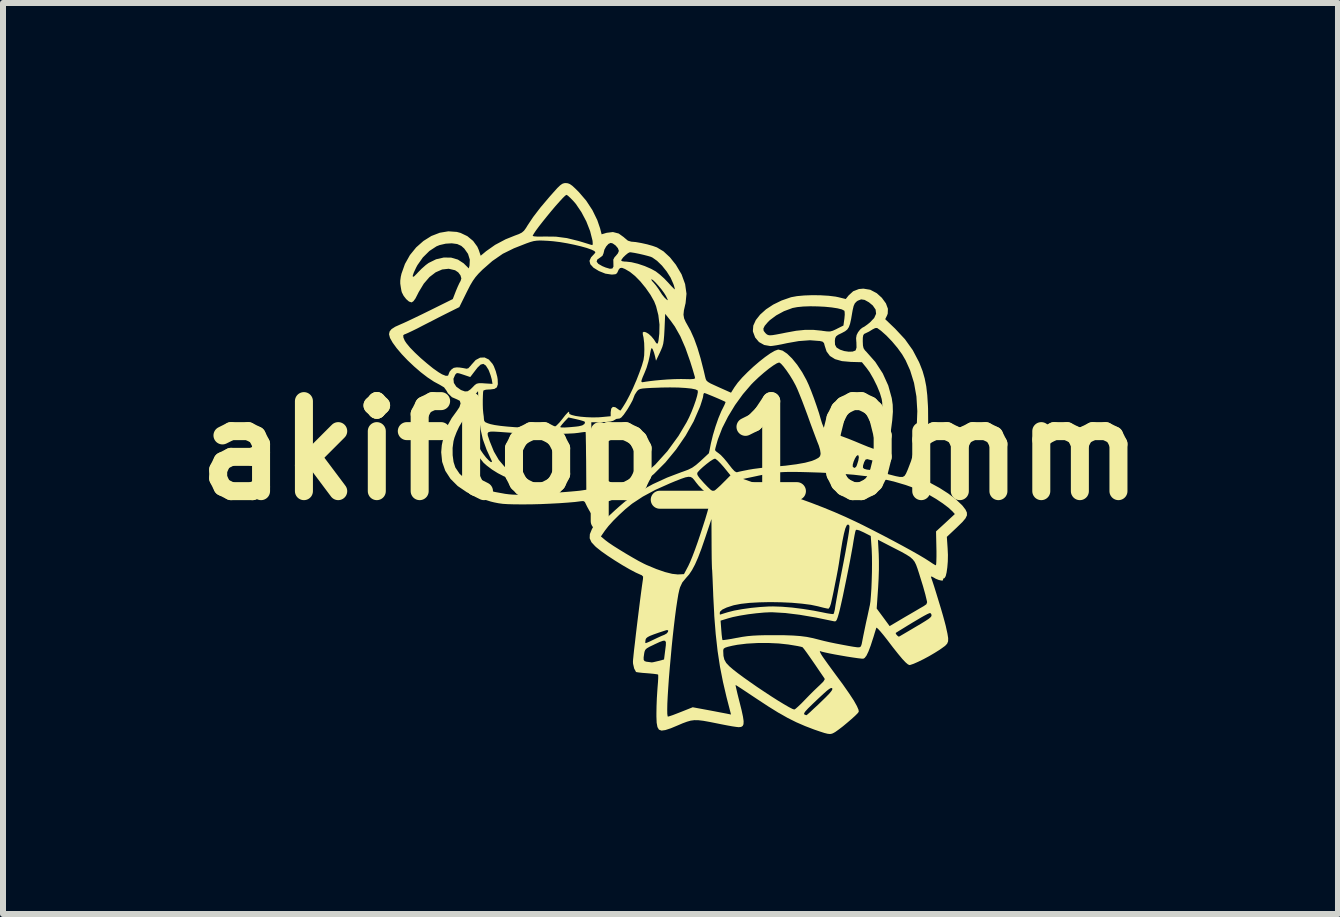
<source format=kicad_pcb>
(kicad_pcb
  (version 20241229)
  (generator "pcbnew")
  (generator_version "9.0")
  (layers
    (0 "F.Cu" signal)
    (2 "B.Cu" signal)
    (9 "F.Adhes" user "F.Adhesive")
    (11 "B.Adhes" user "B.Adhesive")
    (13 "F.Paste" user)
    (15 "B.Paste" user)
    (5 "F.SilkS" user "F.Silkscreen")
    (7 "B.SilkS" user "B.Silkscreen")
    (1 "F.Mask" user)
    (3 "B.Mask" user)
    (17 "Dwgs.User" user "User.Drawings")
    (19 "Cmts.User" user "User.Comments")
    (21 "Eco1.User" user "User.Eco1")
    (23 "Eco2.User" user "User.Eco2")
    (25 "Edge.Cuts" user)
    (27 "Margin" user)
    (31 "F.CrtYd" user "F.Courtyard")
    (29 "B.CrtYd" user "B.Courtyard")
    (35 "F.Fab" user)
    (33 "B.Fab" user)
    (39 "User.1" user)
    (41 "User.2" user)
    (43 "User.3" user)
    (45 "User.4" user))
  (footprint "akiflop_10mm"
    (layer "F.Cu")
    (at 8.121 4.455)
    (property "Reference" "akiflop_10mm" (at 0 0 0) (layer "F.SilkS") (effects (font (size 1.5 1.5) (thickness 0.3))))
    (attr board_only exclude_from_pos_files exclude_from_bom)
    (fp_poly (pts (xy -1.709 -4.451) (xy -1.676 -4.438) (xy -1.636 -4.41) (xy -1.584 -4.362) (xy -1.524 -4.302) (xy -1.404 -4.162) (xy -1.3 -4.003) (xy -1.219 -3.837) (xy -1.172 -3.699) (xy -1.147 -3.601) (xy -1.063 -3.626) (xy -0.959 -3.639) (xy -0.862 -3.614) (xy -0.776 -3.552) (xy -0.768 -3.544) (xy -0.709 -3.495) (xy -0.652 -3.478) (xy -0.647 -3.478) (xy -0.578 -3.472) (xy -0.487 -3.456) (xy -0.388 -3.434) (xy -0.296 -3.408) (xy -0.226 -3.383) (xy -0.116 -3.317) (xy -0.009 -3.218) (xy 0.09 -3.094) (xy 0.185 -2.934) (xy 0.244 -2.772) (xy 0.267 -2.611) (xy 0.252 -2.454) (xy 0.246 -2.43) (xy 0.224 -2.333) (xy 0.217 -2.261) (xy 0.227 -2.201) (xy 0.254 -2.14) (xy 0.27 -2.112) (xy 0.335 -1.995) (xy 0.394 -1.863) (xy 0.449 -1.711) (xy 0.502 -1.534) (xy 0.555 -1.326) (xy 0.579 -1.223) (xy 0.588 -1.189) (xy 0.601 -1.163) (xy 0.626 -1.141) (xy 0.668 -1.116) (xy 0.735 -1.085) (xy 0.803 -1.054) (xy 1.009 -0.962) (xy 1.066 -1.053) (xy 1.121 -1.129) (xy 1.195 -1.214) (xy 1.284 -1.304) (xy 1.38 -1.394) (xy 1.479 -1.479) (xy 1.575 -1.555) (xy 1.663 -1.617) (xy 1.737 -1.66) (xy 1.792 -1.68) (xy 1.801 -1.68) (xy 1.868 -1.663) (xy 1.944 -1.612) (xy 2.026 -1.532) (xy 2.111 -1.428) (xy 2.195 -1.302) (xy 2.266 -1.173) (xy 2.303 -1.093) (xy 2.346 -0.987) (xy 2.392 -0.865) (xy 2.436 -0.739) (xy 2.476 -0.619) (xy 2.502 -0.528) (xy 2.525 -0.453) (xy 2.55 -0.39) (xy 2.572 -0.351) (xy 2.576 -0.347) (xy 2.609 -0.328) (xy 2.668 -0.303) (xy 2.743 -0.275) (xy 2.774 -0.264) (xy 2.86 -0.234) (xy 2.967 -0.194) (xy 3.081 -0.148) (xy 3.181 -0.106) (xy 3.294 -0.06) (xy 3.373 -0.031) (xy 3.418 -0.022) (xy 3.43 -0.026) (xy 3.463 -0.137) (xy 3.49 -0.269) (xy 3.512 -0.412) (xy 3.526 -0.555) (xy 3.531 -0.687) (xy 3.528 -0.8) (xy 3.519 -0.858) (xy 3.489 -0.958) (xy 3.441 -1.075) (xy 3.382 -1.194) (xy 3.319 -1.303) (xy 3.267 -1.375) (xy 3.19 -1.47) (xy 3.006 -1.475) (xy 2.858 -1.488) (xy 2.742 -1.521) (xy 2.657 -1.574) (xy 2.601 -1.649) (xy 2.571 -1.741) (xy 2.558 -1.789) (xy 2.533 -1.813) (xy 2.486 -1.824) (xy 2.467 -1.825) (xy 2.739 -1.825) (xy 2.742 -1.762) (xy 2.764 -1.72) (xy 2.773 -1.711) (xy 2.826 -1.679) (xy 2.895 -1.656) (xy 2.969 -1.645) (xy 3.035 -1.647) (xy 3.08 -1.664) (xy 3.086 -1.67) (xy 3.1 -1.714) (xy 3.098 -1.793) (xy 3.098 -1.801) (xy 3.096 -1.819) (xy 3.204 -1.819) (xy 3.207 -1.749) (xy 3.217 -1.704) (xy 3.24 -1.668) (xy 3.261 -1.647) (xy 3.413 -1.475) (xy 3.537 -1.284) (xy 3.629 -1.081) (xy 3.687 -0.872) (xy 3.703 -0.762) (xy 3.706 -0.644) (xy 3.695 -0.5) (xy 3.674 -0.339) (xy 3.644 -0.172) (xy 3.606 -0.009) (xy 3.561 0.141) (xy 3.537 0.21) (xy 3.515 0.271) (xy 3.501 0.32) (xy 3.497 0.338) (xy 3.516 0.356) (xy 3.567 0.378) (xy 3.646 0.401) (xy 3.659 0.404) (xy 3.756 0.429) (xy 3.824 0.442) (xy 3.869 0.442) (xy 3.9 0.424) (xy 3.924 0.387) (xy 3.95 0.328) (xy 3.962 0.298) (xy 4.008 0.178) (xy 4.042 0.062) (xy 4.068 -0.062) (xy 4.087 -0.202) (xy 4.102 -0.37) (xy 4.103 -0.384) (xy 4.113 -0.655) (xy 4.098 -0.9) (xy 4.058 -1.125) (xy 3.993 -1.335) (xy 3.918 -1.502) (xy 3.86 -1.601) (xy 3.782 -1.709) (xy 3.692 -1.816) (xy 3.598 -1.914) (xy 3.508 -1.994) (xy 3.444 -2.04) (xy 3.412 -2.039) (xy 3.368 -2.017) (xy 3.363 -2.014) (xy 3.308 -1.98) (xy 3.256 -1.955) (xy 3.227 -1.941) (xy 3.212 -1.919) (xy 3.205 -1.878) (xy 3.204 -1.819) (xy 3.096 -1.819) (xy 3.093 -1.872) (xy 3.102 -1.923) (xy 3.125 -1.969) (xy 3.16 -2.014) (xy 3.194 -2.043) (xy 3.2 -2.046) (xy 3.233 -2.064) (xy 3.283 -2.1) (xy 3.324 -2.133) (xy 3.394 -2.206) (xy 3.426 -2.277) (xy 3.418 -2.347) (xy 3.371 -2.415) (xy 3.307 -2.468) (xy 3.235 -2.508) (xy 3.177 -2.517) (xy 3.121 -2.495) (xy 3.101 -2.481) (xy 3.072 -2.451) (xy 3.052 -2.407) (xy 3.036 -2.339) (xy 3.029 -2.301) (xy 3.01 -2.189) (xy 2.992 -2.109) (xy 2.972 -2.054) (xy 2.946 -2.015) (xy 2.91 -1.986) (xy 2.86 -1.959) (xy 2.854 -1.956) (xy 2.793 -1.926) (xy 2.76 -1.901) (xy 2.745 -1.871) (xy 2.739 -1.827) (xy 2.739 -1.825) (xy 2.467 -1.825) (xy 2.324 -1.836) (xy 2.137 -1.822) (xy 1.944 -1.788) (xy 1.851 -1.768) (xy 1.765 -1.752) (xy 1.698 -1.742) (xy 1.665 -1.739) (xy 1.562 -1.757) (xy 1.475 -1.806) (xy 1.411 -1.882) (xy 1.375 -1.978) (xy 1.373 -1.99) (xy 1.376 -2.03) (xy 1.548 -2.03) (xy 1.553 -1.992) (xy 1.583 -1.954) (xy 1.604 -1.935) (xy 1.626 -1.923) (xy 1.656 -1.918) (xy 1.701 -1.921) (xy 1.767 -1.932) (xy 1.861 -1.95) (xy 1.925 -1.963) (xy 2.095 -1.994) (xy 2.243 -2.009) (xy 2.38 -2.009) (xy 2.521 -1.995) (xy 2.536 -1.992) (xy 2.609 -1.983) (xy 2.659 -1.982) (xy 2.704 -1.994) (xy 2.761 -2.02) (xy 2.774 -2.027) (xy 2.882 -2.081) (xy 2.898 -2.196) (xy 2.904 -2.262) (xy 2.902 -2.31) (xy 2.897 -2.328) (xy 2.855 -2.35) (xy 2.782 -2.368) (xy 2.685 -2.383) (xy 2.572 -2.394) (xy 2.451 -2.4) (xy 2.329 -2.402) (xy 2.213 -2.398) (xy 2.112 -2.388) (xy 2.033 -2.373) (xy 2.031 -2.372) (xy 1.891 -2.32) (xy 1.762 -2.25) (xy 1.655 -2.17) (xy 1.622 -2.137) (xy 1.57 -2.076) (xy 1.548 -2.03) (xy 1.376 -2.03) (xy 1.38 -2.08) (xy 1.422 -2.172) (xy 1.494 -2.263) (xy 1.592 -2.351) (xy 1.712 -2.43) (xy 1.851 -2.498) (xy 2.004 -2.551) (xy 2.015 -2.554) (xy 2.108 -2.571) (xy 2.228 -2.582) (xy 2.364 -2.587) (xy 2.504 -2.585) (xy 2.636 -2.577) (xy 2.75 -2.563) (xy 2.794 -2.554) (xy 2.921 -2.523) (xy 2.967 -2.581) (xy 3.044 -2.652) (xy 3.139 -2.689) (xy 3.214 -2.696) (xy 3.329 -2.677) (xy 3.437 -2.62) (xy 3.522 -2.543) (xy 3.59 -2.45) (xy 3.623 -2.361) (xy 3.62 -2.279) (xy 3.608 -2.248) (xy 3.578 -2.187) (xy 3.744 -2.028) (xy 3.907 -1.853) (xy 4.037 -1.671) (xy 4.14 -1.475) (xy 4.153 -1.445) (xy 4.201 -1.322) (xy 4.236 -1.199) (xy 4.262 -1.068) (xy 4.279 -0.919) (xy 4.29 -0.743) (xy 4.292 -0.694) (xy 4.294 -0.424) (xy 4.278 -0.186) (xy 4.243 0.023) (xy 4.19 0.205) (xy 4.141 0.318) (xy 4.084 0.432) (xy 4.157 0.462) (xy 4.322 0.537) (xy 4.482 0.624) (xy 4.629 0.718) (xy 4.756 0.815) (xy 4.854 0.908) (xy 4.871 0.927) (xy 4.916 0.986) (xy 4.939 1.035) (xy 4.94 1.081) (xy 4.916 1.131) (xy 4.866 1.191) (xy 4.787 1.268) (xy 4.774 1.281) (xy 4.605 1.44) (xy 4.618 1.632) (xy 4.623 1.741) (xy 4.621 1.848) (xy 4.613 1.948) (xy 4.601 2.032) (xy 4.586 2.094) (xy 4.567 2.126) (xy 4.559 2.13) (xy 4.54 2.14) (xy 4.543 2.149) (xy 4.541 2.166) (xy 4.514 2.168) (xy 4.47 2.158) (xy 4.42 2.138) (xy 4.4 2.126) (xy 4.356 2.102) (xy 4.34 2.103) (xy 4.341 2.111) (xy 4.364 2.177) (xy 4.395 2.271) (xy 4.43 2.384) (xy 4.468 2.508) (xy 4.506 2.633) (xy 4.54 2.75) (xy 4.568 2.852) (xy 4.588 2.928) (xy 4.592 2.948) (xy 4.615 3.052) (xy 4.627 3.127) (xy 4.626 3.18) (xy 4.61 3.22) (xy 4.576 3.256) (xy 4.521 3.296) (xy 4.484 3.322) (xy 4.401 3.374) (xy 4.309 3.428) (xy 4.214 3.479) (xy 4.126 3.522) (xy 4.051 3.555) (xy 3.998 3.573) (xy 3.983 3.576) (xy 3.957 3.565) (xy 3.918 3.532) (xy 3.864 3.475) (xy 3.794 3.391) (xy 3.705 3.279) (xy 3.606 3.149) (xy 3.546 3.073) (xy 3.519 3.041) (xy 3.753 3.041) (xy 3.757 3.058) (xy 3.777 3.083) (xy 3.8 3.101) (xy 3.808 3.102) (xy 3.828 3.091) (xy 3.876 3.063) (xy 3.944 3.023) (xy 4.027 2.974) (xy 4.064 2.952) (xy 4.171 2.889) (xy 4.249 2.841) (xy 4.301 2.807) (xy 4.332 2.781) (xy 4.347 2.762) (xy 4.35 2.745) (xy 4.346 2.729) (xy 4.335 2.712) (xy 4.316 2.711) (xy 4.279 2.727) (xy 4.223 2.757) (xy 4.175 2.784) (xy 4.108 2.824) (xy 4.03 2.87) (xy 3.948 2.92) (xy 3.872 2.967) (xy 3.808 3.006) (xy 3.765 3.033) (xy 3.753 3.041) (xy 3.519 3.041) (xy 3.494 3.011) (xy 3.455 2.969) (xy 3.433 2.953) (xy 3.43 2.954) (xy 3.421 2.984) (xy 3.403 3.041) (xy 3.382 3.111) (xy 3.38 3.116) (xy 3.336 3.252) (xy 3.298 3.352) (xy 3.265 3.42) (xy 3.235 3.458) (xy 3.215 3.469) (xy 3.185 3.469) (xy 3.124 3.462) (xy 3.04 3.45) (xy 2.943 3.435) (xy 2.839 3.417) (xy 2.737 3.399) (xy 2.645 3.381) (xy 2.571 3.365) (xy 2.522 3.353) (xy 2.514 3.35) (xy 2.491 3.343) (xy 2.489 3.354) (xy 2.508 3.392) (xy 2.508 3.392) (xy 2.529 3.426) (xy 2.57 3.485) (xy 2.625 3.562) (xy 2.69 3.651) (xy 2.742 3.722) (xy 2.872 3.898) (xy 2.976 4.047) (xy 3.055 4.167) (xy 3.107 4.26) (xy 3.134 4.323) (xy 3.137 4.355) (xy 3.118 4.38) (xy 3.075 4.423) (xy 3.015 4.477) (xy 2.945 4.537) (xy 2.873 4.597) (xy 2.805 4.649) (xy 2.749 4.689) (xy 2.722 4.705) (xy 2.692 4.719) (xy 2.66 4.725) (xy 2.619 4.721) (xy 2.563 4.707) (xy 2.483 4.681) (xy 2.393 4.65) (xy 2.242 4.592) (xy 2.097 4.529) (xy 1.951 4.456) (xy 1.816 4.379) (xy 2.227 4.379) (xy 2.228 4.397) (xy 2.23 4.398) (xy 2.26 4.411) (xy 2.269 4.41) (xy 2.286 4.396) (xy 2.327 4.36) (xy 2.385 4.305) (xy 2.457 4.239) (xy 2.497 4.2) (xy 2.586 4.114) (xy 2.648 4.05) (xy 2.684 4.006) (xy 2.698 3.978) (xy 2.697 3.967) (xy 2.687 3.958) (xy 2.671 3.96) (xy 2.645 3.974) (xy 2.606 4.004) (xy 2.55 4.054) (xy 2.473 4.125) (xy 2.373 4.22) (xy 2.367 4.226) (xy 2.294 4.297) (xy 2.248 4.347) (xy 2.227 4.379) (xy 1.816 4.379) (xy 1.797 4.369) (xy 1.628 4.264) (xy 1.45 4.147) (xy 1.346 4.078) (xy 1.253 4.016) (xy 1.176 3.965) (xy 1.12 3.929) (xy 1.089 3.91) (xy 1.085 3.908) (xy 1.087 3.926) (xy 1.098 3.975) (xy 1.115 4.049) (xy 1.138 4.141) (xy 1.152 4.196) (xy 1.186 4.332) (xy 1.208 4.435) (xy 1.219 4.51) (xy 1.217 4.561) (xy 1.203 4.591) (xy 1.177 4.607) (xy 1.138 4.611) (xy 1.136 4.611) (xy 1.099 4.607) (xy 1.031 4.597) (xy 0.942 4.581) (xy 0.839 4.561) (xy 0.79 4.551) (xy 0.655 4.524) (xy 0.55 4.505) (xy 0.467 4.495) (xy 0.398 4.494) (xy 0.337 4.502) (xy 0.274 4.52) (xy 0.201 4.547) (xy 0.129 4.578) (xy 0.007 4.629) (xy -0.084 4.659) (xy -0.149 4.668) (xy -0.192 4.652) (xy -0.217 4.609) (xy -0.23 4.537) (xy -0.234 4.434) (xy -0.234 4.38) (xy -0.233 4.317) (xy -0.054 4.317) (xy -0.053 4.389) (xy -0.047 4.429) (xy -0.042 4.435) (xy -0.016 4.428) (xy 0.038 4.41) (xy 0.111 4.382) (xy 0.175 4.357) (xy 0.371 4.279) (xy 0.63 4.327) (xy 0.731 4.346) (xy 0.824 4.364) (xy 0.898 4.378) (xy 0.945 4.387) (xy 0.949 4.388) (xy 1.009 4.4) (xy 0.934 4.11) (xy 0.875 3.857) (xy 0.825 3.603) (xy 0.785 3.34) (xy 0.785 3.339) (xy 0.879 3.339) (xy 0.883 3.423) (xy 0.898 3.486) (xy 0.929 3.541) (xy 0.982 3.597) (xy 1.045 3.651) (xy 1.123 3.712) (xy 1.219 3.783) (xy 1.328 3.86) (xy 1.444 3.941) (xy 1.564 4.021) (xy 1.681 4.098) (xy 1.791 4.168) (xy 1.89 4.228) (xy 1.971 4.275) (xy 2.031 4.306) (xy 2.063 4.317) (xy 2.085 4.304) (xy 2.126 4.268) (xy 2.182 4.215) (xy 2.239 4.156) (xy 2.313 4.08) (xy 2.388 4.005) (xy 2.455 3.941) (xy 2.489 3.909) (xy 2.545 3.854) (xy 2.569 3.817) (xy 2.567 3.799) (xy 2.55 3.775) (xy 2.516 3.725) (xy 2.468 3.655) (xy 2.412 3.572) (xy 2.385 3.533) (xy 2.326 3.448) (xy 2.274 3.374) (xy 2.232 3.317) (xy 2.206 3.285) (xy 2.201 3.279) (xy 2.175 3.271) (xy 2.118 3.259) (xy 2.041 3.246) (xy 1.961 3.233) (xy 1.803 3.216) (xy 1.627 3.208) (xy 1.446 3.209) (xy 1.271 3.219) (xy 1.115 3.238) (xy 1.031 3.254) (xy 0.955 3.272) (xy 0.91 3.287) (xy 0.887 3.303) (xy 0.88 3.324) (xy 0.879 3.339) (xy 0.785 3.339) (xy 0.754 3.06) (xy 0.736 2.836) (xy 0.835 2.836) (xy 0.847 2.994) (xy 0.853 3.068) (xy 0.86 3.126) (xy 0.866 3.157) (xy 0.867 3.16) (xy 0.888 3.159) (xy 0.94 3.152) (xy 1.015 3.14) (xy 1.104 3.123) (xy 1.107 3.123) (xy 1.199 3.106) (xy 1.285 3.094) (xy 1.374 3.086) (xy 1.474 3.081) (xy 1.597 3.078) (xy 1.729 3.078) (xy 1.901 3.079) (xy 2.043 3.084) (xy 2.164 3.093) (xy 2.272 3.107) (xy 2.376 3.128) (xy 2.486 3.156) (xy 2.497 3.159) (xy 2.561 3.175) (xy 2.648 3.195) (xy 2.749 3.216) (xy 2.854 3.236) (xy 2.955 3.255) (xy 3.041 3.27) (xy 3.104 3.279) (xy 3.127 3.281) (xy 3.155 3.278) (xy 3.173 3.264) (xy 3.186 3.227) (xy 3.199 3.161) (xy 3.199 3.16) (xy 3.214 3.084) (xy 3.234 2.987) (xy 3.255 2.886) (xy 3.262 2.853) (xy 3.283 2.76) (xy 3.302 2.671) (xy 3.31 2.634) (xy 3.436 2.634) (xy 3.544 2.78) (xy 3.652 2.927) (xy 3.905 2.777) (xy 4 2.722) (xy 4.087 2.671) (xy 4.16 2.628) (xy 4.209 2.6) (xy 4.221 2.593) (xy 4.264 2.563) (xy 4.276 2.531) (xy 4.274 2.515) (xy 4.246 2.398) (xy 4.208 2.262) (xy 4.158 2.101) (xy 4.143 2.052) (xy 4.116 1.969) (xy 4.093 1.906) (xy 4.068 1.855) (xy 4.036 1.814) (xy 3.992 1.775) (xy 3.931 1.736) (xy 3.847 1.689) (xy 3.736 1.632) (xy 3.687 1.607) (xy 3.457 1.488) (xy 3.47 1.726) (xy 3.473 1.843) (xy 3.473 1.984) (xy 3.468 2.137) (xy 3.46 2.286) (xy 3.459 2.299) (xy 3.436 2.634) (xy 3.31 2.634) (xy 3.317 2.6) (xy 3.322 2.579) (xy 3.332 2.514) (xy 3.34 2.417) (xy 3.348 2.299) (xy 3.353 2.166) (xy 3.357 2.027) (xy 3.358 1.89) (xy 3.357 1.764) (xy 3.353 1.657) (xy 3.352 1.636) (xy 3.337 1.425) (xy 3.219 1.365) (xy 3.146 1.332) (xy 3.102 1.321) (xy 3.088 1.328) (xy 3.079 1.356) (xy 3.067 1.413) (xy 3.054 1.487) (xy 3.05 1.51) (xy 3.036 1.597) (xy 3.015 1.712) (xy 2.99 1.848) (xy 2.961 1.995) (xy 2.93 2.148) (xy 2.899 2.298) (xy 2.87 2.438) (xy 2.843 2.559) (xy 2.821 2.655) (xy 2.809 2.703) (xy 2.787 2.779) (xy 2.77 2.824) (xy 2.754 2.845) (xy 2.735 2.848) (xy 2.727 2.847) (xy 2.422 2.784) (xy 2.152 2.738) (xy 1.915 2.709) (xy 1.711 2.697) (xy 1.669 2.696) (xy 1.561 2.701) (xy 1.431 2.713) (xy 1.293 2.73) (xy 1.158 2.752) (xy 1.04 2.776) (xy 0.966 2.796) (xy 0.835 2.836) (xy 0.736 2.836) (xy 0.73 2.757) (xy 0.728 2.707) (xy 0.821 2.707) (xy 0.823 2.732) (xy 0.826 2.735) (xy 0.845 2.73) (xy 0.892 2.715) (xy 0.954 2.696) (xy 1.059 2.669) (xy 1.191 2.645) (xy 1.339 2.624) (xy 1.491 2.609) (xy 1.636 2.6) (xy 1.71 2.599) (xy 1.856 2.604) (xy 2.027 2.618) (xy 2.209 2.641) (xy 2.39 2.67) (xy 2.528 2.697) (xy 2.606 2.713) (xy 2.669 2.723) (xy 2.708 2.727) (xy 2.716 2.726) (xy 2.726 2.703) (xy 2.738 2.654) (xy 2.744 2.614) (xy 2.752 2.564) (xy 2.766 2.484) (xy 2.785 2.379) (xy 2.807 2.258) (xy 2.832 2.127) (xy 2.843 2.071) (xy 2.884 1.862) (xy 2.917 1.688) (xy 2.942 1.548) (xy 2.961 1.438) (xy 2.974 1.355) (xy 2.981 1.298) (xy 2.982 1.263) (xy 2.979 1.25) (xy 2.958 1.232) (xy 2.936 1.249) (xy 2.913 1.301) (xy 2.89 1.389) (xy 2.865 1.513) (xy 2.838 1.675) (xy 2.817 1.817) (xy 2.806 1.888) (xy 2.789 1.988) (xy 2.767 2.104) (xy 2.742 2.228) (xy 2.718 2.35) (xy 2.695 2.458) (xy 2.676 2.543) (xy 2.673 2.555) (xy 2.656 2.605) (xy 2.637 2.634) (xy 2.63 2.637) (xy 2.602 2.632) (xy 2.547 2.62) (xy 2.476 2.602) (xy 2.462 2.598) (xy 2.339 2.572) (xy 2.19 2.553) (xy 2.021 2.538) (xy 1.842 2.53) (xy 1.659 2.527) (xy 1.481 2.531) (xy 1.317 2.54) (xy 1.174 2.556) (xy 1.06 2.578) (xy 1.045 2.582) (xy 0.937 2.617) (xy 0.865 2.651) (xy 0.828 2.684) (xy 0.821 2.707) (xy 0.728 2.707) (xy 0.713 2.424) (xy 0.711 2.364) (xy 0.706 2.248) (xy 0.702 2.144) (xy 0.698 2.059) (xy 0.695 1.999) (xy 0.692 1.973) (xy 0.691 1.946) (xy 0.689 1.885) (xy 0.687 1.798) (xy 0.686 1.691) (xy 0.685 1.571) (xy 0.685 1.544) (xy 0.683 1.143) (xy 0.576 1.463) (xy 0.515 1.64) (xy 0.46 1.784) (xy 0.409 1.9) (xy 0.36 1.992) (xy 0.311 2.066) (xy 0.259 2.125) (xy 0.197 2.2) (xy 0.159 2.282) (xy 0.148 2.321) (xy 0.131 2.397) (xy 0.114 2.5) (xy 0.095 2.625) (xy 0.076 2.77) (xy 0.057 2.929) (xy 0.038 3.099) (xy 0.02 3.274) (xy 0.004 3.452) (xy -0.012 3.627) (xy -0.026 3.795) (xy -0.037 3.953) (xy -0.046 4.095) (xy -0.052 4.218) (xy -0.054 4.317) (xy -0.233 4.317) (xy -0.232 4.261) (xy -0.227 4.13) (xy -0.219 4.006) (xy -0.215 3.948) (xy -0.208 3.863) (xy -0.204 3.793) (xy -0.204 3.748) (xy -0.206 3.734) (xy -0.228 3.729) (xy -0.28 3.722) (xy -0.353 3.715) (xy -0.391 3.712) (xy -0.469 3.706) (xy -0.531 3.699) (xy -0.568 3.693) (xy -0.574 3.691) (xy -0.605 3.633) (xy -0.623 3.555) (xy -0.625 3.521) (xy -0.623 3.485) (xy -0.619 3.448) (xy -0.447 3.448) (xy -0.446 3.49) (xy -0.43 3.511) (xy -0.397 3.521) (xy -0.386 3.522) (xy -0.339 3.528) (xy -0.313 3.532) (xy -0.313 3.532) (xy -0.29 3.529) (xy -0.242 3.518) (xy -0.205 3.509) (xy -0.107 3.483) (xy -0.087 3.324) (xy -0.077 3.245) (xy -0.076 3.195) (xy -0.09 3.171) (xy -0.123 3.171) (xy -0.181 3.192) (xy -0.268 3.232) (xy -0.275 3.236) (xy -0.349 3.271) (xy -0.395 3.298) (xy -0.42 3.323) (xy -0.432 3.353) (xy -0.437 3.377) (xy -0.447 3.448) (xy -0.619 3.448) (xy -0.616 3.416) (xy -0.606 3.321) (xy -0.592 3.204) (xy -0.591 3.195) (xy -0.42 3.195) (xy -0.417 3.21) (xy -0.398 3.206) (xy -0.353 3.187) (xy -0.293 3.158) (xy -0.288 3.156) (xy -0.215 3.121) (xy -0.147 3.09) (xy -0.102 3.072) (xy -0.065 3.051) (xy -0.042 3.024) (xy -0.037 3.002) (xy -0.054 2.992) (xy -0.073 2.996) (xy -0.193 3.035) (xy -0.281 3.066) (xy -0.342 3.09) (xy -0.38 3.11) (xy -0.402 3.128) (xy -0.413 3.147) (xy -0.415 3.156) (xy -0.42 3.195) (xy -0.591 3.195) (xy -0.577 3.071) (xy -0.56 2.929) (xy -0.542 2.782) (xy -0.524 2.638) (xy -0.507 2.502) (xy -0.491 2.379) (xy -0.477 2.275) (xy -0.466 2.197) (xy -0.459 2.149) (xy -0.458 2.144) (xy -0.456 2.102) (xy -0.479 2.079) (xy -0.494 2.073) (xy -0.578 2.035) (xy -0.684 1.979) (xy -0.803 1.91) (xy -0.927 1.833) (xy -1.046 1.755) (xy -1.151 1.681) (xy -1.234 1.615) (xy -1.255 1.596) (xy -1.317 1.529) (xy -1.346 1.464) (xy -1.345 1.433) (xy -1.159 1.433) (xy -1.083 1.497) (xy -1.028 1.538) (xy -0.948 1.592) (xy -0.849 1.654) (xy -0.741 1.72) (xy -0.632 1.784) (xy -0.53 1.842) (xy -0.443 1.887) (xy -0.401 1.907) (xy -0.236 1.976) (xy -0.092 2.026) (xy 0.028 2.056) (xy 0.12 2.066) (xy 0.127 2.066) (xy 0.225 2.061) (xy 0.297 1.925) (xy 0.328 1.858) (xy 0.365 1.768) (xy 0.407 1.658) (xy 0.451 1.535) (xy 0.495 1.405) (xy 0.538 1.273) (xy 0.579 1.146) (xy 0.614 1.028) (xy 0.642 0.926) (xy 0.662 0.845) (xy 0.671 0.79) (xy 0.67 0.772) (xy 0.651 0.75) (xy 0.611 0.716) (xy 0.585 0.697) (xy 0.531 0.65) (xy 0.47 0.587) (xy 0.427 0.534) (xy 0.394 0.49) (xy 0.366 0.459) (xy 0.336 0.442) (xy 0.299 0.439) (xy 0.248 0.449) (xy 0.178 0.473) (xy 0.081 0.511) (xy -0.008 0.548) (xy -0.25 0.656) (xy -0.46 0.769) (xy -0.635 0.884) (xy -0.657 0.901) (xy -0.754 0.981) (xy -0.855 1.074) (xy -0.952 1.17) (xy -1.034 1.261) (xy -1.093 1.337) (xy -1.159 1.433) (xy -1.345 1.433) (xy -1.343 1.395) (xy -1.309 1.311) (xy -1.292 1.281) (xy -1.237 1.184) (xy -1.309 1.073) (xy -1.351 1.005) (xy -1.387 0.94) (xy -1.403 0.907) (xy -1.191 0.907) (xy -1.18 0.933) (xy -1.152 0.979) (xy -1.122 1.022) (xy -1.053 1.116) (xy -0.922 0.995) (xy -0.849 0.93) (xy -0.772 0.864) (xy -0.706 0.812) (xy -0.694 0.802) (xy -0.508 0.679) (xy -0.292 0.561) (xy -0.057 0.453) (xy 0.1 0.393) (xy 0.445 0.393) (xy 0.457 0.422) (xy 0.488 0.465) (xy 0.543 0.527) (xy 0.559 0.545) (xy 0.617 0.605) (xy 0.666 0.652) (xy 0.7 0.679) (xy 0.711 0.684) (xy 0.734 0.671) (xy 0.776 0.635) (xy 0.832 0.584) (xy 0.867 0.549) (xy 0.941 0.475) (xy 1.21 0.475) (xy 1.401 0.542) (xy 1.494 0.574) (xy 1.61 0.614) (xy 1.735 0.657) (xy 1.854 0.698) (xy 1.866 0.703) (xy 2.122 0.792) (xy 2.348 0.874) (xy 2.55 0.952) (xy 2.735 1.028) (xy 2.911 1.105) (xy 3.085 1.186) (xy 3.204 1.244) (xy 3.374 1.33) (xy 3.545 1.418) (xy 3.712 1.506) (xy 3.87 1.591) (xy 4.014 1.67) (xy 4.139 1.741) (xy 4.24 1.801) (xy 4.312 1.847) (xy 4.321 1.853) (xy 4.372 1.887) (xy 4.409 1.909) (xy 4.421 1.914) (xy 4.427 1.896) (xy 4.43 1.846) (xy 4.432 1.77) (xy 4.432 1.676) (xy 4.431 1.632) (xy 4.425 1.349) (xy 4.582 1.205) (xy 4.738 1.06) (xy 4.699 1.016) (xy 4.632 0.954) (xy 4.538 0.883) (xy 4.427 0.809) (xy 4.309 0.74) (xy 4.192 0.68) (xy 4.112 0.645) (xy 3.919 0.576) (xy 3.722 0.518) (xy 3.517 0.471) (xy 3.296 0.433) (xy 3.055 0.405) (xy 2.787 0.384) (xy 2.491 0.369) (xy 2.304 0.363) (xy 2.151 0.359) (xy 2.023 0.358) (xy 1.915 0.359) (xy 1.821 0.364) (xy 1.734 0.373) (xy 1.648 0.385) (xy 1.557 0.402) (xy 1.453 0.423) (xy 1.45 0.424) (xy 1.21 0.475) (xy 0.941 0.475) (xy 1 0.415) (xy 0.887 0.276) (xy 0.833 0.215) (xy 0.785 0.167) (xy 0.75 0.14) (xy 0.74 0.137) (xy 0.71 0.149) (xy 0.66 0.181) (xy 0.601 0.226) (xy 0.541 0.276) (xy 0.489 0.324) (xy 0.455 0.362) (xy 0.449 0.371) (xy 0.445 0.393) (xy 0.1 0.393) (xy 0.188 0.36) (xy 0.209 0.353) (xy 0.295 0.321) (xy 0.363 0.287) (xy 0.426 0.242) (xy 0.5 0.178) (xy 0.505 0.173) (xy 0.64 0.047) (xy 0.652 -0.007) (xy 0.742 -0.007) (xy 0.758 0.014) (xy 0.795 0.042) (xy 0.801 0.046) (xy 0.839 0.077) (xy 0.89 0.131) (xy 0.946 0.198) (xy 0.968 0.227) (xy 1.026 0.301) (xy 1.068 0.346) (xy 1.098 0.363) (xy 1.11 0.363) (xy 1.144 0.354) (xy 1.205 0.341) (xy 1.281 0.326) (xy 1.299 0.322) (xy 1.383 0.308) (xy 1.49 0.294) (xy 1.608 0.281) (xy 1.71 0.272) (xy 1.917 0.254) (xy 2.04 0.238) (xy 3.037 0.238) (xy 3.037 0.271) (xy 3.038 0.273) (xy 3.064 0.292) (xy 3.074 0.286) (xy 3.207 0.286) (xy 3.226 0.306) (xy 3.272 0.319) (xy 3.35 0.328) (xy 3.363 0.329) (xy 3.393 0.315) (xy 3.407 0.288) (xy 3.418 0.226) (xy 3.408 0.189) (xy 3.373 0.169) (xy 3.365 0.167) (xy 3.314 0.154) (xy 3.28 0.145) (xy 3.251 0.152) (xy 3.228 0.193) (xy 3.226 0.198) (xy 3.209 0.251) (xy 3.207 0.286) (xy 3.074 0.286) (xy 3.091 0.276) (xy 3.105 0.249) (xy 3.13 0.169) (xy 3.139 0.112) (xy 3.13 0.081) (xy 3.121 0.078) (xy 3.098 0.095) (xy 3.073 0.136) (xy 3.051 0.188) (xy 3.037 0.238) (xy 2.04 0.238) (xy 2.095 0.231) (xy 2.242 0.205) (xy 2.355 0.175) (xy 2.412 0.152) (xy 2.466 0.123) (xy 2.492 0.096) (xy 2.501 0.061) (xy 2.501 0.047) (xy 2.493 -0.009) (xy 2.473 -0.078) (xy 2.46 -0.111) (xy 2.441 -0.159) (xy 2.412 -0.236) (xy 2.375 -0.335) (xy 2.333 -0.448) (xy 2.29 -0.568) (xy 2.287 -0.577) (xy 2.241 -0.701) (xy 2.195 -0.823) (xy 2.151 -0.933) (xy 2.114 -1.023) (xy 2.085 -1.085) (xy 2.04 -1.168) (xy 1.988 -1.253) (xy 1.934 -1.332) (xy 1.884 -1.398) (xy 1.842 -1.445) (xy 1.813 -1.465) (xy 1.81 -1.465) (xy 1.773 -1.452) (xy 1.714 -1.416) (xy 1.639 -1.362) (xy 1.555 -1.294) (xy 1.468 -1.218) (xy 1.384 -1.138) (xy 1.345 -1.098) (xy 1.207 -0.937) (xy 1.076 -0.756) (xy 0.96 -0.565) (xy 0.863 -0.374) (xy 0.793 -0.192) (xy 0.784 -0.164) (xy 0.764 -0.094) (xy 0.749 -0.039) (xy 0.743 -0.008) (xy 0.742 -0.007) (xy 0.652 -0.007) (xy 0.674 -0.118) (xy 0.707 -0.254) (xy 0.75 -0.397) (xy 0.798 -0.535) (xy 0.848 -0.655) (xy 0.875 -0.708) (xy 0.901 -0.761) (xy 0.916 -0.798) (xy 0.917 -0.808) (xy 0.894 -0.82) (xy 0.846 -0.842) (xy 0.782 -0.87) (xy 0.711 -0.9) (xy 0.645 -0.927) (xy 0.593 -0.948) (xy 0.565 -0.957) (xy 0.563 -0.957) (xy 0.55 -0.941) (xy 0.547 -0.919) (xy 0.541 -0.883) (xy 0.523 -0.823) (xy 0.499 -0.748) (xy 0.489 -0.721) (xy 0.386 -0.484) (xy 0.252 -0.246) (xy 0.094 -0.016) (xy -0.084 0.2) (xy -0.275 0.392) (xy -0.474 0.555) (xy -0.513 0.583) (xy -0.634 0.659) (xy -0.764 0.73) (xy -0.894 0.792) (xy -1.013 0.84) (xy -1.092 0.863) (xy -1.148 0.879) (xy -1.184 0.897) (xy -1.191 0.907) (xy -1.403 0.907) (xy -1.407 0.899) (xy -1.427 0.858) (xy -1.453 0.843) (xy -1.5 0.847) (xy -1.505 0.848) (xy -1.592 0.859) (xy -1.709 0.869) (xy -1.849 0.879) (xy -2.002 0.887) (xy -2.16 0.894) (xy -2.315 0.898) (xy -2.459 0.899) (xy -2.474 0.899) (xy -2.606 0.898) (xy -2.709 0.895) (xy -2.792 0.89) (xy -2.865 0.88) (xy -2.936 0.866) (xy -2.993 0.852) (xy -3.208 0.784) (xy -3.392 0.697) (xy -3.545 0.593) (xy -3.665 0.473) (xy -3.752 0.339) (xy -3.804 0.19) (xy -3.82 0.029) (xy -3.814 -0.041) (xy -3.63 -0.041) (xy -3.629 0.08) (xy -3.614 0.192) (xy -3.585 0.282) (xy -3.585 0.283) (xy -3.514 0.388) (xy -3.408 0.484) (xy -3.273 0.568) (xy -3.112 0.638) (xy -2.93 0.691) (xy -2.755 0.723) (xy -2.692 0.731) (xy -2.632 0.736) (xy -2.567 0.738) (xy -2.493 0.738) (xy -2.403 0.735) (xy -2.29 0.729) (xy -2.148 0.72) (xy -2.032 0.713) (xy -1.899 0.703) (xy -1.772 0.694) (xy -1.661 0.685) (xy -1.571 0.677) (xy -1.511 0.671) (xy -1.497 0.669) (xy -1.402 0.655) (xy -1.405 0.176) (xy -1.407 0.044) (xy -1.408 -0.075) (xy -1.41 -0.175) (xy -1.411 -0.25) (xy -1.413 -0.295) (xy -1.414 -0.307) (xy -1.434 -0.307) (xy -1.482 -0.301) (xy -1.535 -0.293) (xy -1.608 -0.285) (xy -1.712 -0.28) (xy -1.842 -0.276) (xy -1.991 -0.275) (xy -2.151 -0.277) (xy -2.316 -0.28) (xy -2.478 -0.286) (xy -2.632 -0.293) (xy -2.731 -0.3) (xy -2.854 -0.309) (xy -2.943 -0.314) (xy -3.001 -0.313) (xy -3.035 -0.303) (xy -3.047 -0.282) (xy -3.043 -0.247) (xy -3.026 -0.197) (xy -3.012 -0.154) (xy -2.942 0.018) (xy -2.861 0.157) (xy -2.765 0.27) (xy -2.65 0.361) (xy -2.643 0.365) (xy -2.577 0.411) (xy -2.546 0.444) (xy -2.546 0.467) (xy -2.567 0.481) (xy -2.619 0.483) (xy -2.693 0.465) (xy -2.782 0.428) (xy -2.878 0.378) (xy -2.974 0.318) (xy -3.061 0.252) (xy -3.115 0.204) (xy -3.188 0.112) (xy -3.257 -0.007) (xy -3.318 -0.142) (xy -3.364 -0.282) (xy -3.393 -0.414) (xy -3.4 -0.5) (xy -3.402 -0.536) (xy -3.414 -0.538) (xy -3.437 -0.52) (xy -3.477 -0.469) (xy -3.522 -0.394) (xy -3.564 -0.304) (xy -3.599 -0.213) (xy -3.615 -0.154) (xy -3.63 -0.041) (xy -3.814 -0.041) (xy -3.81 -0.087) (xy -3.774 -0.257) (xy -3.721 -0.403) (xy -3.645 -0.539) (xy -3.568 -0.645) (xy -3.558 -0.659) (xy -3.316 -0.659) (xy -3.311 -0.53) (xy -3.293 -0.395) (xy -3.264 -0.261) (xy -3.224 -0.135) (xy -3.174 -0.026) (xy -3.16 -0.001) (xy -3.118 0.06) (xy -3.072 0.119) (xy -3.028 0.165) (xy -2.995 0.192) (xy -2.986 0.195) (xy -2.973 0.185) (xy -2.974 0.181) (xy -3.063 -0.011) (xy -3.126 -0.185) (xy -3.163 -0.348) (xy -3.176 -0.449) (xy -3.182 -0.536) (xy -3.189 -0.639) (xy -3.195 -0.746) (xy -3.2 -0.844) (xy -3.204 -0.92) (xy -3.204 -0.938) (xy -3.206 -0.987) (xy -3.252 -0.934) (xy -3.288 -0.868) (xy -3.309 -0.774) (xy -3.316 -0.659) (xy -3.558 -0.659) (xy -3.516 -0.722) (xy -3.497 -0.783) (xy -3.51 -0.827) (xy -3.555 -0.85) (xy -3.641 -0.887) (xy -3.708 -0.953) (xy -3.732 -0.996) (xy -3.772 -1.051) (xy -3.844 -1.094) (xy -3.941 -1.146) (xy -4.013 -1.194) (xy -3.616 -1.194) (xy -3.609 -1.125) (xy -3.568 -1.062) (xy -3.497 -1.011) (xy -3.481 -1.003) (xy -3.424 -0.983) (xy -3.379 -0.986) (xy -3.335 -1.015) (xy -3.298 -1.051) (xy -3.259 -1.091) (xy -3.228 -1.112) (xy -3.191 -1.12) (xy -3.134 -1.12) (xy -3.096 -1.117) (xy -2.965 -1.109) (xy -2.978 -1.185) (xy -2.996 -1.25) (xy -3.023 -1.324) (xy -3.034 -1.348) (xy -3.076 -1.414) (xy -3.117 -1.442) (xy -3.162 -1.431) (xy -3.213 -1.382) (xy -3.217 -1.377) (xy -3.259 -1.323) (xy -3.296 -1.275) (xy -3.304 -1.264) (xy -3.336 -1.223) (xy -3.448 -1.261) (xy -3.51 -1.281) (xy -3.546 -1.289) (xy -3.567 -1.284) (xy -3.583 -1.266) (xy -3.587 -1.261) (xy -3.616 -1.194) (xy -4.013 -1.194) (xy -4.048 -1.217) (xy -4.16 -1.303) (xy -4.271 -1.399) (xy -4.379 -1.501) (xy -4.477 -1.604) (xy -4.562 -1.704) (xy -4.629 -1.796) (xy -4.673 -1.874) (xy -4.685 -1.92) (xy -4.452 -1.92) (xy -4.45 -1.882) (xy -4.427 -1.828) (xy -4.399 -1.786) (xy -4.339 -1.713) (xy -4.256 -1.628) (xy -4.159 -1.537) (xy -4.055 -1.448) (xy -3.955 -1.367) (xy -3.864 -1.303) (xy -3.806 -1.268) (xy -3.743 -1.243) (xy -3.706 -1.246) (xy -3.693 -1.278) (xy -3.693 -1.28) (xy -3.68 -1.312) (xy -3.649 -1.349) (xy -3.611 -1.376) (xy -3.563 -1.384) (xy -3.517 -1.382) (xy -3.457 -1.373) (xy -3.41 -1.364) (xy -3.4 -1.361) (xy -3.368 -1.369) (xy -3.326 -1.415) (xy -3.316 -1.428) (xy -3.246 -1.506) (xy -3.171 -1.546) (xy -3.097 -1.549) (xy -3.027 -1.515) (xy -2.965 -1.443) (xy -2.943 -1.404) (xy -2.911 -1.321) (xy -2.886 -1.228) (xy -2.879 -1.184) (xy -2.876 -1.103) (xy -2.892 -1.052) (xy -2.933 -1.025) (xy -3.003 -1.016) (xy -3.021 -1.016) (xy -3.075 -1.012) (xy -3.111 -1.001) (xy -3.117 -0.996) (xy -3.122 -0.969) (xy -3.125 -0.913) (xy -3.127 -0.841) (xy -3.127 -0.763) (xy -3.125 -0.69) (xy -3.12 -0.634) (xy -3.118 -0.615) (xy -3.111 -0.565) (xy -3.108 -0.523) (xy -3.103 -0.492) (xy -3.084 -0.47) (xy -3.042 -0.452) (xy -2.998 -0.438) (xy -2.928 -0.423) (xy -2.831 -0.409) (xy -2.714 -0.397) (xy -2.586 -0.387) (xy -2.451 -0.38) (xy -2.318 -0.375) (xy -2.194 -0.373) (xy -2.085 -0.374) (xy -1.999 -0.379) (xy -1.942 -0.388) (xy -1.937 -0.389) (xy -1.837 -0.389) (xy -1.818 -0.383) (xy -1.765 -0.382) (xy -1.682 -0.387) (xy -1.574 -0.397) (xy -1.528 -0.403) (xy -1.47 -0.417) (xy -1.433 -0.441) (xy -1.424 -0.469) (xy -1.424 -0.469) (xy -1.319 -0.469) (xy -1.313 0.13) (xy -1.311 0.31) (xy -1.307 0.464) (xy -1.303 0.59) (xy -1.298 0.685) (xy -1.292 0.745) (xy -1.287 0.767) (xy -1.262 0.79) (xy -1.217 0.796) (xy -1.15 0.784) (xy -1.057 0.754) (xy -0.95 0.711) (xy -0.706 0.588) (xy -0.473 0.43) (xy -0.254 0.237) (xy -0.051 0.012) (xy 0.134 -0.242) (xy 0.269 -0.469) (xy 0.311 -0.552) (xy 0.352 -0.645) (xy 0.389 -0.74) (xy 0.421 -0.831) (xy 0.444 -0.909) (xy 0.456 -0.968) (xy 0.454 -0.999) (xy 0.453 -1) (xy 0.417 -1.017) (xy 0.347 -1.031) (xy 0.249 -1.041) (xy 0.129 -1.048) (xy -0.008 -1.05) (xy -0.156 -1.048) (xy -0.195 -1.046) (xy -0.314 -1.042) (xy -0.401 -1.037) (xy -0.461 -1.032) (xy -0.5 -1.025) (xy -0.526 -1.015) (xy -0.545 -1) (xy -0.561 -0.981) (xy -0.595 -0.928) (xy -0.616 -0.875) (xy -0.632 -0.834) (xy -0.665 -0.773) (xy -0.707 -0.701) (xy -0.725 -0.673) (xy -0.778 -0.596) (xy -0.818 -0.55) (xy -0.847 -0.532) (xy -0.857 -0.531) (xy -0.902 -0.525) (xy -0.922 -0.513) (xy -0.955 -0.494) (xy -1.002 -0.481) (xy -1.073 -0.474) (xy -1.173 -0.47) (xy -1.182 -0.47) (xy -1.319 -0.469) (xy -1.424 -0.469) (xy -1.432 -0.481) (xy -1.455 -0.49) (xy -1.505 -0.505) (xy -1.571 -0.521) (xy -1.7 -0.55) (xy -1.768 -0.478) (xy -1.807 -0.433) (xy -1.832 -0.4) (xy -1.837 -0.389) (xy -1.937 -0.389) (xy -1.93 -0.392) (xy -1.897 -0.417) (xy -1.85 -0.465) (xy -1.801 -0.525) (xy -1.798 -0.529) (xy -1.754 -0.585) (xy -1.717 -0.626) (xy -1.696 -0.644) (xy -1.694 -0.645) (xy -1.686 -0.633) (xy -1.689 -0.626) (xy -1.683 -0.607) (xy -1.644 -0.59) (xy -1.579 -0.574) (xy -1.496 -0.562) (xy -1.399 -0.554) (xy -1.298 -0.55) (xy -1.197 -0.552) (xy -1.146 -0.556) (xy -0.996 -0.57) (xy -0.996 -0.634) (xy -0.987 -0.697) (xy -0.96 -0.726) (xy -0.919 -0.72) (xy -0.894 -0.703) (xy -0.857 -0.676) (xy -0.835 -0.664) (xy -0.834 -0.664) (xy -0.821 -0.68) (xy -0.793 -0.722) (xy -0.755 -0.783) (xy -0.735 -0.817) (xy -0.683 -0.915) (xy -0.626 -1.034) (xy -0.579 -1.143) (xy -0.484 -1.143) (xy -0.47 -1.136) (xy -0.444 -1.14) (xy -0.408 -1.146) (xy -0.342 -1.155) (xy -0.257 -1.165) (xy -0.172 -1.173) (xy -0.058 -1.182) (xy 0.064 -1.188) (xy 0.176 -1.19) (xy 0.234 -1.189) (xy 0.328 -1.187) (xy 0.386 -1.191) (xy 0.41 -1.201) (xy 0.41 -1.204) (xy 0.405 -1.23) (xy 0.389 -1.285) (xy 0.366 -1.363) (xy 0.337 -1.455) (xy 0.33 -1.478) (xy 0.249 -1.708) (xy 0.164 -1.903) (xy 0.073 -2.064) (xy 0.005 -2.159) (xy -0.088 -2.276) (xy -0.099 -2.022) (xy -0.105 -1.915) (xy -0.112 -1.836) (xy -0.121 -1.776) (xy -0.136 -1.724) (xy -0.158 -1.671) (xy -0.176 -1.631) (xy -0.241 -1.495) (xy -0.257 -1.569) (xy -0.274 -1.63) (xy -0.294 -1.682) (xy -0.296 -1.686) (xy -0.309 -1.704) (xy -0.318 -1.7) (xy -0.328 -1.67) (xy -0.34 -1.608) (xy -0.345 -1.578) (xy -0.367 -1.481) (xy -0.398 -1.377) (xy -0.43 -1.297) (xy -0.464 -1.218) (xy -0.482 -1.169) (xy -0.484 -1.143) (xy -0.579 -1.143) (xy -0.569 -1.165) (xy -0.518 -1.296) (xy -0.476 -1.414) (xy -0.449 -1.507) (xy -0.438 -1.585) (xy -0.435 -1.684) (xy -0.438 -1.789) (xy -0.449 -1.881) (xy -0.46 -1.929) (xy -0.462 -1.965) (xy -0.443 -1.977) (xy -0.408 -1.968) (xy -0.364 -1.942) (xy -0.318 -1.9) (xy -0.275 -1.848) (xy -0.265 -1.832) (xy -0.24 -1.792) (xy -0.222 -1.777) (xy -0.209 -1.79) (xy -0.199 -1.833) (xy -0.19 -1.911) (xy -0.186 -1.944) (xy -0.183 -2.097) (xy -0.202 -2.255) (xy -0.24 -2.404) (xy -0.272 -2.485) (xy -0.333 -2.593) (xy -0.412 -2.706) (xy -0.5 -2.814) (xy -0.526 -2.841) (xy -0.318 -2.841) (xy -0.296 -2.811) (xy -0.284 -2.799) (xy -0.242 -2.749) (xy -0.196 -2.685) (xy -0.179 -2.658) (xy -0.141 -2.599) (xy -0.099 -2.547) (xy -0.062 -2.512) (xy -0.044 -2.502) (xy -0.048 -2.517) (xy -0.066 -2.555) (xy -0.076 -2.575) (xy -0.107 -2.625) (xy -0.151 -2.685) (xy -0.201 -2.745) (xy -0.25 -2.799) (xy -0.291 -2.838) (xy -0.317 -2.853) (xy -0.317 -2.853) (xy -0.318 -2.841) (xy -0.526 -2.841) (xy -0.59 -2.906) (xy -0.673 -2.973) (xy -0.684 -2.98) (xy -0.758 -3.023) (xy -0.808 -3.043) (xy -0.841 -3.038) (xy -0.864 -3.011) (xy -0.873 -2.989) (xy -0.891 -2.953) (xy -0.916 -2.936) (xy -0.963 -2.931) (xy -0.986 -2.931) (xy -1.085 -2.946) (xy -1.192 -2.989) (xy -1.283 -3.045) (xy -1.335 -3.102) (xy -1.346 -3.145) (xy -1.23 -3.145) (xy -1.202 -3.109) (xy -1.136 -3.071) (xy -1.081 -3.048) (xy -1.01 -3.027) (xy -0.968 -3.031) (xy -0.95 -3.062) (xy -0.951 -3.122) (xy -0.951 -3.122) (xy -0.952 -3.163) (xy -0.821 -3.163) (xy -0.803 -3.152) (xy -0.759 -3.146) (xy -0.738 -3.146) (xy -0.65 -3.136) (xy -0.542 -3.11) (xy -0.429 -3.072) (xy -0.323 -3.026) (xy -0.245 -2.983) (xy -0.179 -2.932) (xy -0.104 -2.865) (xy -0.038 -2.796) (xy -0.038 -2.796) (xy 0.011 -2.742) (xy 0.049 -2.703) (xy 0.07 -2.684) (xy 0.072 -2.684) (xy 0.07 -2.704) (xy 0.057 -2.749) (xy 0.048 -2.775) (xy 0.002 -2.879) (xy -0.064 -2.983) (xy -0.141 -3.079) (xy -0.223 -3.159) (xy -0.301 -3.214) (xy -0.327 -3.226) (xy -0.375 -3.24) (xy -0.444 -3.258) (xy -0.522 -3.276) (xy -0.597 -3.291) (xy -0.655 -3.3) (xy -0.677 -3.302) (xy -0.707 -3.288) (xy -0.748 -3.255) (xy -0.789 -3.215) (xy -0.816 -3.178) (xy -0.821 -3.163) (xy -0.952 -3.163) (xy -0.953 -3.178) (xy -0.932 -3.219) (xy -0.91 -3.242) (xy -0.876 -3.284) (xy -0.86 -3.323) (xy -0.86 -3.326) (xy -0.876 -3.37) (xy -0.914 -3.415) (xy -0.962 -3.449) (xy -0.996 -3.458) (xy -1.033 -3.441) (xy -1.071 -3.399) (xy -1.101 -3.345) (xy -1.114 -3.29) (xy -1.114 -3.288) (xy -1.133 -3.243) (xy -1.172 -3.214) (xy -1.22 -3.18) (xy -1.23 -3.145) (xy -1.346 -3.145) (xy -1.349 -3.159) (xy -1.323 -3.217) (xy -1.299 -3.243) (xy -1.266 -3.278) (xy -1.251 -3.301) (xy -1.25 -3.302) (xy -1.269 -3.323) (xy -1.319 -3.347) (xy -1.396 -3.374) (xy -1.493 -3.401) (xy -1.603 -3.427) (xy -1.72 -3.451) (xy -1.838 -3.471) (xy -1.95 -3.485) (xy -2.035 -3.492) (xy -2.115 -3.496) (xy -2.177 -3.498) (xy -2.229 -3.495) (xy -2.279 -3.488) (xy -2.334 -3.473) (xy -2.402 -3.449) (xy -2.491 -3.414) (xy -2.608 -3.368) (xy -2.614 -3.365) (xy -2.793 -3.277) (xy -2.968 -3.156) (xy -3.131 -3.013) (xy -3.198 -2.946) (xy -3.249 -2.887) (xy -3.293 -2.825) (xy -3.337 -2.751) (xy -3.387 -2.653) (xy -3.4 -2.627) (xy -3.518 -2.388) (xy -3.679 -2.308) (xy -3.755 -2.27) (xy -3.854 -2.22) (xy -3.966 -2.162) (xy -4.08 -2.104) (xy -4.123 -2.082) (xy -4.219 -2.032) (xy -4.305 -1.99) (xy -4.373 -1.958) (xy -4.417 -1.939) (xy -4.43 -1.935) (xy -4.452 -1.92) (xy -4.685 -1.92) (xy -4.689 -1.936) (xy -4.689 -1.938) (xy -4.679 -1.983) (xy -4.647 -2.022) (xy -4.586 -2.061) (xy -4.499 -2.1) (xy -4.446 -2.123) (xy -4.364 -2.161) (xy -4.263 -2.209) (xy -4.149 -2.264) (xy -4.029 -2.323) (xy -4.004 -2.335) (xy -3.627 -2.522) (xy -3.574 -2.659) (xy -3.544 -2.73) (xy -3.517 -2.788) (xy -3.498 -2.822) (xy -3.497 -2.824) (xy -3.484 -2.866) (xy -3.499 -2.918) (xy -3.536 -2.967) (xy -3.588 -3.002) (xy -3.695 -3.027) (xy -3.804 -3.015) (xy -3.912 -2.968) (xy -4.015 -2.889) (xy -4.11 -2.779) (xy -4.194 -2.64) (xy -4.209 -2.61) (xy -4.249 -2.532) (xy -4.282 -2.487) (xy -4.31 -2.468) (xy -4.315 -2.467) (xy -4.357 -2.481) (xy -4.403 -2.521) (xy -4.446 -2.576) (xy -4.476 -2.635) (xy -4.483 -2.662) (xy -4.494 -2.726) (xy -4.502 -2.78) (xy -4.502 -2.829) (xy -4.493 -2.897) (xy -4.489 -2.912) (xy -4.294 -2.912) (xy -4.291 -2.891) (xy -4.268 -2.903) (xy -4.223 -2.948) (xy -4.21 -2.963) (xy -4.147 -3.027) (xy -4.077 -3.089) (xy -4.029 -3.124) (xy -3.905 -3.185) (xy -3.778 -3.214) (xy -3.655 -3.213) (xy -3.542 -3.18) (xy -3.445 -3.117) (xy -3.434 -3.106) (xy -3.36 -3.033) (xy -3.348 -3.081) (xy -3.343 -3.178) (xy -3.373 -3.275) (xy -3.435 -3.363) (xy -3.485 -3.408) (xy -3.553 -3.439) (xy -3.644 -3.451) (xy -3.745 -3.445) (xy -3.845 -3.422) (xy -3.898 -3.401) (xy -4.017 -3.323) (xy -4.126 -3.215) (xy -4.216 -3.087) (xy -4.236 -3.05) (xy -4.276 -2.965) (xy -4.294 -2.912) (xy -4.489 -2.912) (xy -4.482 -2.944) (xy -4.424 -3.107) (xy -4.341 -3.255) (xy -4.237 -3.383) (xy -4.116 -3.49) (xy -3.984 -3.573) (xy -3.844 -3.627) (xy -3.701 -3.651) (xy -3.56 -3.641) (xy -3.497 -3.624) (xy -3.384 -3.57) (xy -3.288 -3.491) (xy -3.218 -3.395) (xy -3.194 -3.34) (xy -3.162 -3.244) (xy -3.071 -3.32) (xy -2.922 -3.425) (xy -2.747 -3.518) (xy -2.6 -3.577) (xy -2.598 -3.578) (xy -2.295 -3.578) (xy -2.295 -3.574) (xy -2.272 -3.567) (xy -2.219 -3.563) (xy -2.145 -3.563) (xy -2.093 -3.564) (xy -1.909 -3.562) (xy -1.726 -3.538) (xy -1.532 -3.49) (xy -1.465 -3.47) (xy -1.394 -3.448) (xy -1.337 -3.43) (xy -1.305 -3.422) (xy -1.302 -3.421) (xy -1.295 -3.437) (xy -1.297 -3.479) (xy -1.3 -3.501) (xy -1.339 -3.655) (xy -1.402 -3.816) (xy -1.484 -3.971) (xy -1.576 -4.107) (xy -1.619 -4.157) (xy -1.668 -4.207) (xy -1.708 -4.244) (xy -1.732 -4.259) (xy -1.732 -4.259) (xy -1.754 -4.245) (xy -1.795 -4.205) (xy -1.85 -4.145) (xy -1.916 -4.071) (xy -1.987 -3.987) (xy -2.06 -3.898) (xy -2.13 -3.811) (xy -2.193 -3.73) (xy -2.244 -3.661) (xy -2.279 -3.608) (xy -2.295 -3.578) (xy -2.598 -3.578) (xy -2.525 -3.605) (xy -2.476 -3.63) (xy -2.44 -3.661) (xy -2.406 -3.708) (xy -2.378 -3.754) (xy -2.287 -3.89) (xy -2.166 -4.048) (xy -2.016 -4.225) (xy -1.947 -4.303) (xy -1.884 -4.373) (xy -1.838 -4.417) (xy -1.803 -4.442) (xy -1.772 -4.453) (xy -1.743 -4.455)) (stroke (width 0) (type solid)) (fill yes) (layer "F.SilkS")))
  (gr_rect
    (start -3 -3)
    (end 19.243 12.179)
    (stroke (width 0.1) (type default))
    (fill no)
    (layer "Edge.Cuts")))
</source>
